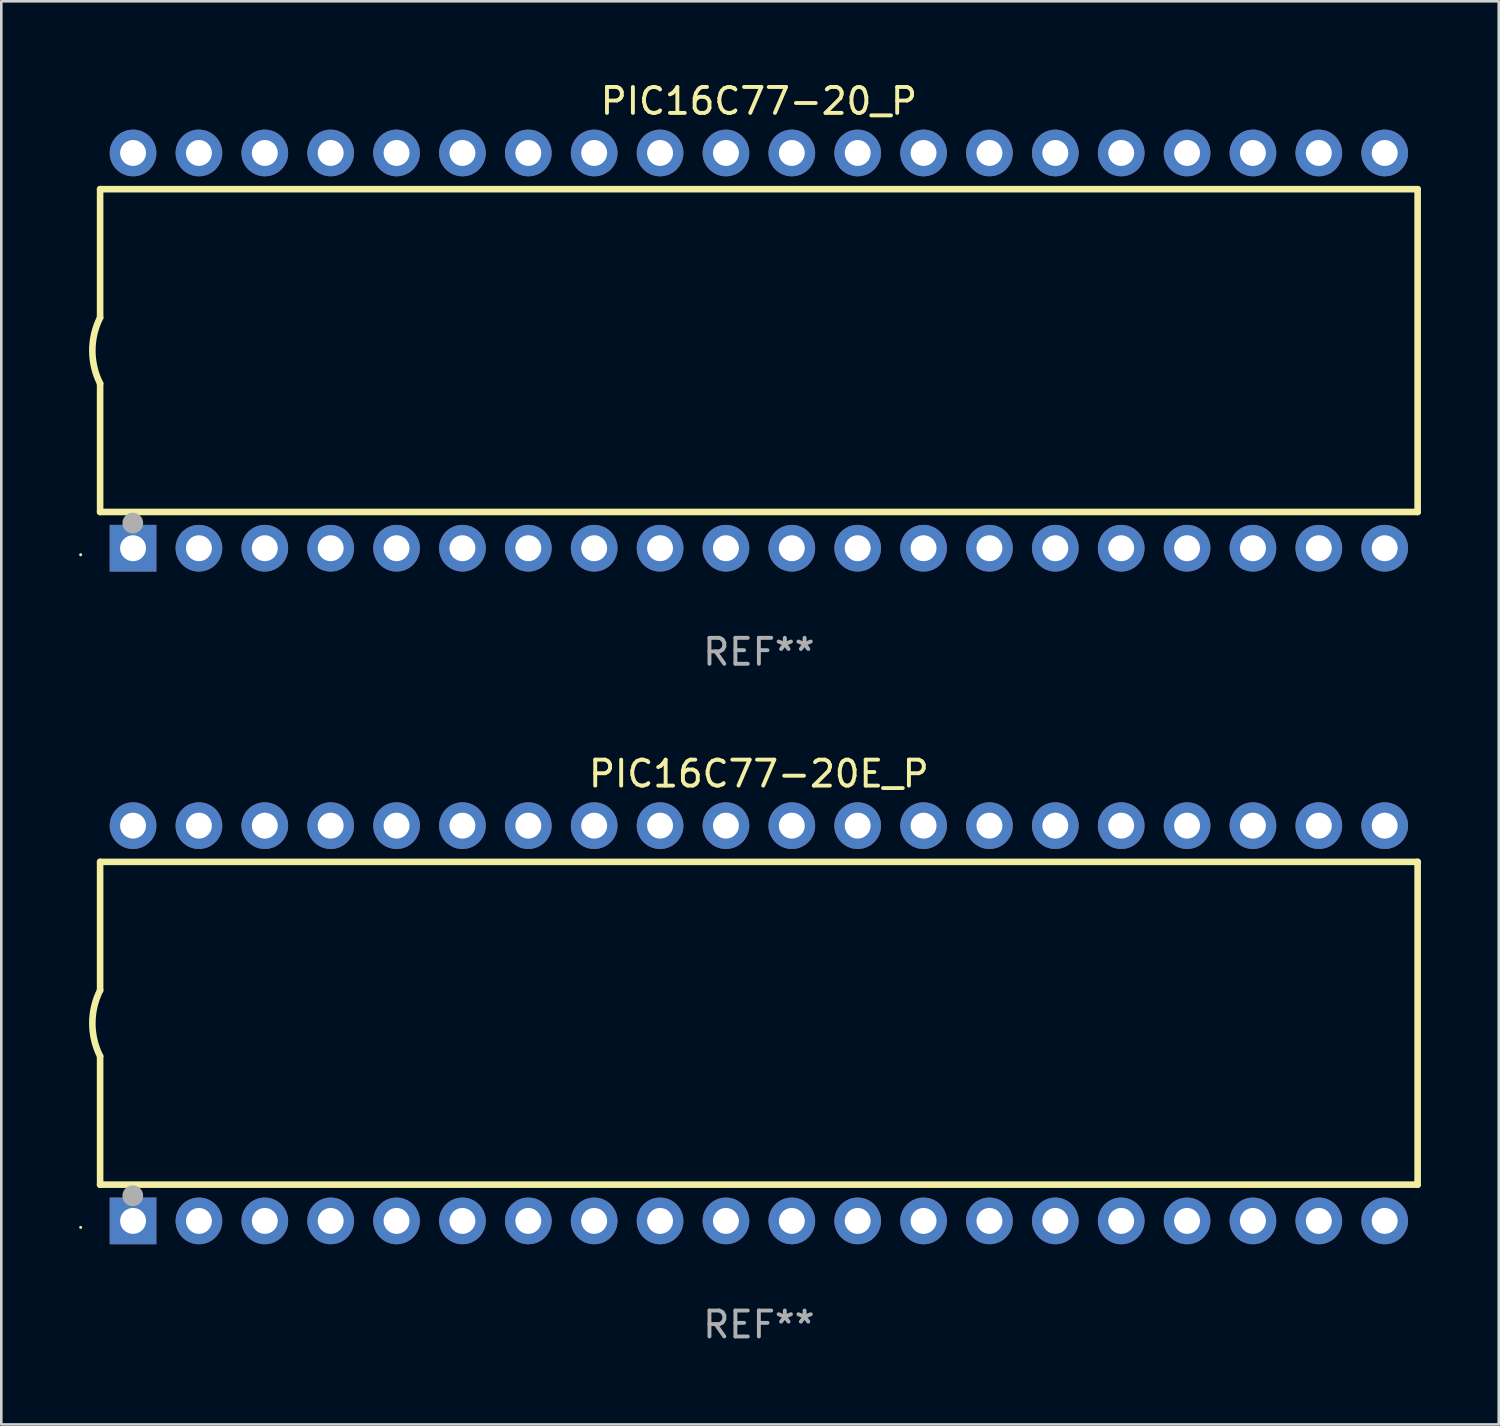
<source format=kicad_pcb>
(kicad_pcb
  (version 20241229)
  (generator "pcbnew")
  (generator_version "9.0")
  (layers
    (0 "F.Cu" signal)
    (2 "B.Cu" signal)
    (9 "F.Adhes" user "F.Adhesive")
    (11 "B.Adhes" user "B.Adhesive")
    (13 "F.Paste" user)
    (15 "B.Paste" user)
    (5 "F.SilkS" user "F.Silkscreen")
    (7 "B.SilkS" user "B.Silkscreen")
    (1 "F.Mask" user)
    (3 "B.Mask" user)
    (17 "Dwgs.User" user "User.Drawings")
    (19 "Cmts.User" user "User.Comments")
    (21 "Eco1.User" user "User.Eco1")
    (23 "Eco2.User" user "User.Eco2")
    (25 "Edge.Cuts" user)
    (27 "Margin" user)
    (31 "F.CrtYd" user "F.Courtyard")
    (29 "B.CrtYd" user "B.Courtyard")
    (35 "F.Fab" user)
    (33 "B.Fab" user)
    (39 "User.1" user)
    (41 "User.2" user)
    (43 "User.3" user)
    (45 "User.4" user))
  (footprint "PIC16C77-20_P"
    (layer "F.Cu")
    (at 26.21 10.468)
    (property "Reference" "PIC16C77-20_P" (at 0 -9.62 0) (layer "F.SilkS") (effects (font (size 1 1) (thickness 0.15))))
    (attr through_hole)
    (fp_line (start -25.4 -6.224) (end -25.4 -1.271) (stroke (width 0.254) (type solid)) (layer "F.SilkS"))
    (fp_line (start -25.4 -6.224) (end 25.4 -6.224) (stroke (width 0.254) (type solid)) (layer "F.SilkS"))
    (fp_line (start -25.4 1.269) (end -25.4 6.222) (stroke (width 0.254) (type solid)) (layer "F.SilkS"))
    (fp_line (start -25.4 6.222) (end 25.4 6.222) (stroke (width 0.254) (type solid)) (layer "F.SilkS"))
    (fp_line (start 25.4 6.222) (end 25.4 -6.224) (stroke (width 0.254) (type solid)) (layer "F.SilkS"))
    (fp_arc (start -25.4 1.269241) (mid -25.699807 -0.000762) (end -25.4 -1.270765) (stroke (width 0.254001) (type solid)) (layer "F.SilkS"))
    (fp_circle (center -26.15 7.87) (end -26.12 7.87) (stroke (width 0.06) (type solid)) (fill no) (layer "F.SilkS"))
    (fp_circle (center -24.14 6.65) (end -23.94 6.65) (stroke (width 0.4) (type solid)) (fill no) (layer "F.Fab"))
    (fp_text user "REF**" (at 0 11.62 0) (layer "F.Fab") (effects (font (size 1 1) (thickness 0.15))))
    (pad "1" thru_hole rect (at -24.13 7.62 90) (size 1.8 1.8) (drill 1) (layers "*.Cu" "*.Mask"))
    (pad "2" thru_hole circle (at -21.59 7.62) (size 1.8 1.8) (drill 1) (layers "*.Cu" "*.Mask"))
    (pad "3" thru_hole circle (at -19.05 7.62) (size 1.8 1.8) (drill 1) (layers "*.Cu" "*.Mask"))
    (pad "4" thru_hole circle (at -16.51 7.62) (size 1.8 1.8) (drill 1) (layers "*.Cu" "*.Mask"))
    (pad "5" thru_hole circle (at -13.97 7.62) (size 1.8 1.8) (drill 1) (layers "*.Cu" "*.Mask"))
    (pad "6" thru_hole circle (at -11.43 7.62) (size 1.8 1.8) (drill 1) (layers "*.Cu" "*.Mask"))
    (pad "7" thru_hole circle (at -8.89 7.62) (size 1.8 1.8) (drill 1) (layers "*.Cu" "*.Mask"))
    (pad "8" thru_hole circle (at -6.35 7.62) (size 1.8 1.8) (drill 1) (layers "*.Cu" "*.Mask"))
    (pad "9" thru_hole circle (at -3.81 7.62) (size 1.8 1.8) (drill 1) (layers "*.Cu" "*.Mask"))
    (pad "10" thru_hole circle (at -1.27 7.62) (size 1.8 1.8) (drill 1) (layers "*.Cu" "*.Mask"))
    (pad "11" thru_hole circle (at 1.27 7.62) (size 1.8 1.8) (drill 1) (layers "*.Cu" "*.Mask"))
    (pad "12" thru_hole circle (at 3.81 7.62) (size 1.8 1.8) (drill 1) (layers "*.Cu" "*.Mask"))
    (pad "13" thru_hole circle (at 6.35 7.62) (size 1.8 1.8) (drill 1) (layers "*.Cu" "*.Mask"))
    (pad "14" thru_hole circle (at 8.89 7.62) (size 1.8 1.8) (drill 1) (layers "*.Cu" "*.Mask"))
    (pad "15" thru_hole circle (at 11.43 7.62) (size 1.8 1.8) (drill 1) (layers "*.Cu" "*.Mask"))
    (pad "16" thru_hole circle (at 13.97 7.62) (size 1.8 1.8) (drill 1) (layers "*.Cu" "*.Mask"))
    (pad "17" thru_hole circle (at 16.51 7.62) (size 1.8 1.8) (drill 1) (layers "*.Cu" "*.Mask"))
    (pad "18" thru_hole circle (at 19.05 7.62) (size 1.8 1.8) (drill 1) (layers "*.Cu" "*.Mask"))
    (pad "19" thru_hole circle (at 21.59 7.62) (size 1.8 1.8) (drill 1) (layers "*.Cu" "*.Mask"))
    (pad "20" thru_hole circle (at 24.13 7.62) (size 1.8 1.8) (drill 1) (layers "*.Cu" "*.Mask"))
    (pad "21" thru_hole circle (at 24.13 -7.62) (size 1.8 1.8) (drill 1) (layers "*.Cu" "*.Mask"))
    (pad "22" thru_hole circle (at 21.59 -7.62) (size 1.8 1.8) (drill 1) (layers "*.Cu" "*.Mask"))
    (pad "23" thru_hole circle (at 19.05 -7.62) (size 1.8 1.8) (drill 1) (layers "*.Cu" "*.Mask"))
    (pad "24" thru_hole circle (at 16.51 -7.62) (size 1.8 1.8) (drill 1) (layers "*.Cu" "*.Mask"))
    (pad "25" thru_hole circle (at 13.97 -7.62) (size 1.8 1.8) (drill 1) (layers "*.Cu" "*.Mask"))
    (pad "26" thru_hole circle (at 11.43 -7.62) (size 1.8 1.8) (drill 1) (layers "*.Cu" "*.Mask"))
    (pad "27" thru_hole circle (at 8.89 -7.62) (size 1.8 1.8) (drill 1) (layers "*.Cu" "*.Mask"))
    (pad "28" thru_hole circle (at 6.35 -7.62) (size 1.8 1.8) (drill 1) (layers "*.Cu" "*.Mask"))
    (pad "29" thru_hole circle (at 3.81 -7.62) (size 1.8 1.8) (drill 1) (layers "*.Cu" "*.Mask"))
    (pad "30" thru_hole circle (at 1.27 -7.62) (size 1.8 1.8) (drill 1) (layers "*.Cu" "*.Mask"))
    (pad "31" thru_hole circle (at -1.27 -7.62) (size 1.8 1.8) (drill 1) (layers "*.Cu" "*.Mask"))
    (pad "32" thru_hole circle (at -3.81 -7.62) (size 1.8 1.8) (drill 1) (layers "*.Cu" "*.Mask"))
    (pad "33" thru_hole circle (at -6.35 -7.62) (size 1.8 1.8) (drill 1) (layers "*.Cu" "*.Mask"))
    (pad "34" thru_hole circle (at -8.89 -7.62) (size 1.8 1.8) (drill 1) (layers "*.Cu" "*.Mask"))
    (pad "35" thru_hole circle (at -11.43 -7.62) (size 1.8 1.8) (drill 1) (layers "*.Cu" "*.Mask"))
    (pad "36" thru_hole circle (at -13.97 -7.62) (size 1.8 1.8) (drill 1) (layers "*.Cu" "*.Mask"))
    (pad "37" thru_hole circle (at -16.51 -7.62) (size 1.8 1.8) (drill 1) (layers "*.Cu" "*.Mask"))
    (pad "38" thru_hole circle (at -19.05 -7.62) (size 1.8 1.8) (drill 1) (layers "*.Cu" "*.Mask"))
    (pad "39" thru_hole circle (at -21.59 -7.62) (size 1.8 1.8) (drill 1) (layers "*.Cu" "*.Mask"))
    (pad "40" thru_hole circle (at -24.13 -7.62) (size 1.8 1.8) (drill 1) (layers "*.Cu" "*.Mask")))
  (footprint "PIC16C77-20E_P"
    (layer "F.Cu")
    (at 26.21 36.405)
    (property "Reference" "PIC16C77-20E_P" (at 0 -9.62 0) (layer "F.SilkS") (effects (font (size 1 1) (thickness 0.15))))
    (attr through_hole)
    (fp_line (start -25.4 -6.224) (end -25.4 -1.271) (stroke (width 0.254) (type solid)) (layer "F.SilkS"))
    (fp_line (start -25.4 -6.224) (end 25.4 -6.224) (stroke (width 0.254) (type solid)) (layer "F.SilkS"))
    (fp_line (start -25.4 1.269) (end -25.4 6.222) (stroke (width 0.254) (type solid)) (layer "F.SilkS"))
    (fp_line (start -25.4 6.222) (end 25.4 6.222) (stroke (width 0.254) (type solid)) (layer "F.SilkS"))
    (fp_line (start 25.4 6.222) (end 25.4 -6.224) (stroke (width 0.254) (type solid)) (layer "F.SilkS"))
    (fp_arc (start -25.4 1.269241) (mid -25.699807 -0.000762) (end -25.4 -1.270765) (stroke (width 0.254001) (type solid)) (layer "F.SilkS"))
    (fp_circle (center -26.15 7.87) (end -26.12 7.87) (stroke (width 0.06) (type solid)) (fill no) (layer "F.SilkS"))
    (fp_circle (center -24.14 6.65) (end -23.94 6.65) (stroke (width 0.4) (type solid)) (fill no) (layer "F.Fab"))
    (fp_text user "REF**" (at 0 11.62 0) (layer "F.Fab") (effects (font (size 1 1) (thickness 0.15))))
    (pad "1" thru_hole rect (at -24.13 7.62 90) (size 1.8 1.8) (drill 1) (layers "*.Cu" "*.Mask"))
    (pad "2" thru_hole circle (at -21.59 7.62) (size 1.8 1.8) (drill 1) (layers "*.Cu" "*.Mask"))
    (pad "3" thru_hole circle (at -19.05 7.62) (size 1.8 1.8) (drill 1) (layers "*.Cu" "*.Mask"))
    (pad "4" thru_hole circle (at -16.51 7.62) (size 1.8 1.8) (drill 1) (layers "*.Cu" "*.Mask"))
    (pad "5" thru_hole circle (at -13.97 7.62) (size 1.8 1.8) (drill 1) (layers "*.Cu" "*.Mask"))
    (pad "6" thru_hole circle (at -11.43 7.62) (size 1.8 1.8) (drill 1) (layers "*.Cu" "*.Mask"))
    (pad "7" thru_hole circle (at -8.89 7.62) (size 1.8 1.8) (drill 1) (layers "*.Cu" "*.Mask"))
    (pad "8" thru_hole circle (at -6.35 7.62) (size 1.8 1.8) (drill 1) (layers "*.Cu" "*.Mask"))
    (pad "9" thru_hole circle (at -3.81 7.62) (size 1.8 1.8) (drill 1) (layers "*.Cu" "*.Mask"))
    (pad "10" thru_hole circle (at -1.27 7.62) (size 1.8 1.8) (drill 1) (layers "*.Cu" "*.Mask"))
    (pad "11" thru_hole circle (at 1.27 7.62) (size 1.8 1.8) (drill 1) (layers "*.Cu" "*.Mask"))
    (pad "12" thru_hole circle (at 3.81 7.62) (size 1.8 1.8) (drill 1) (layers "*.Cu" "*.Mask"))
    (pad "13" thru_hole circle (at 6.35 7.62) (size 1.8 1.8) (drill 1) (layers "*.Cu" "*.Mask"))
    (pad "14" thru_hole circle (at 8.89 7.62) (size 1.8 1.8) (drill 1) (layers "*.Cu" "*.Mask"))
    (pad "15" thru_hole circle (at 11.43 7.62) (size 1.8 1.8) (drill 1) (layers "*.Cu" "*.Mask"))
    (pad "16" thru_hole circle (at 13.97 7.62) (size 1.8 1.8) (drill 1) (layers "*.Cu" "*.Mask"))
    (pad "17" thru_hole circle (at 16.51 7.62) (size 1.8 1.8) (drill 1) (layers "*.Cu" "*.Mask"))
    (pad "18" thru_hole circle (at 19.05 7.62) (size 1.8 1.8) (drill 1) (layers "*.Cu" "*.Mask"))
    (pad "19" thru_hole circle (at 21.59 7.62) (size 1.8 1.8) (drill 1) (layers "*.Cu" "*.Mask"))
    (pad "20" thru_hole circle (at 24.13 7.62) (size 1.8 1.8) (drill 1) (layers "*.Cu" "*.Mask"))
    (pad "21" thru_hole circle (at 24.13 -7.62) (size 1.8 1.8) (drill 1) (layers "*.Cu" "*.Mask"))
    (pad "22" thru_hole circle (at 21.59 -7.62) (size 1.8 1.8) (drill 1) (layers "*.Cu" "*.Mask"))
    (pad "23" thru_hole circle (at 19.05 -7.62) (size 1.8 1.8) (drill 1) (layers "*.Cu" "*.Mask"))
    (pad "24" thru_hole circle (at 16.51 -7.62) (size 1.8 1.8) (drill 1) (layers "*.Cu" "*.Mask"))
    (pad "25" thru_hole circle (at 13.97 -7.62) (size 1.8 1.8) (drill 1) (layers "*.Cu" "*.Mask"))
    (pad "26" thru_hole circle (at 11.43 -7.62) (size 1.8 1.8) (drill 1) (layers "*.Cu" "*.Mask"))
    (pad "27" thru_hole circle (at 8.89 -7.62) (size 1.8 1.8) (drill 1) (layers "*.Cu" "*.Mask"))
    (pad "28" thru_hole circle (at 6.35 -7.62) (size 1.8 1.8) (drill 1) (layers "*.Cu" "*.Mask"))
    (pad "29" thru_hole circle (at 3.81 -7.62) (size 1.8 1.8) (drill 1) (layers "*.Cu" "*.Mask"))
    (pad "30" thru_hole circle (at 1.27 -7.62) (size 1.8 1.8) (drill 1) (layers "*.Cu" "*.Mask"))
    (pad "31" thru_hole circle (at -1.27 -7.62) (size 1.8 1.8) (drill 1) (layers "*.Cu" "*.Mask"))
    (pad "32" thru_hole circle (at -3.81 -7.62) (size 1.8 1.8) (drill 1) (layers "*.Cu" "*.Mask"))
    (pad "33" thru_hole circle (at -6.35 -7.62) (size 1.8 1.8) (drill 1) (layers "*.Cu" "*.Mask"))
    (pad "34" thru_hole circle (at -8.89 -7.62) (size 1.8 1.8) (drill 1) (layers "*.Cu" "*.Mask"))
    (pad "35" thru_hole circle (at -11.43 -7.62) (size 1.8 1.8) (drill 1) (layers "*.Cu" "*.Mask"))
    (pad "36" thru_hole circle (at -13.97 -7.62) (size 1.8 1.8) (drill 1) (layers "*.Cu" "*.Mask"))
    (pad "37" thru_hole circle (at -16.51 -7.62) (size 1.8 1.8) (drill 1) (layers "*.Cu" "*.Mask"))
    (pad "38" thru_hole circle (at -19.05 -7.62) (size 1.8 1.8) (drill 1) (layers "*.Cu" "*.Mask"))
    (pad "39" thru_hole circle (at -21.59 -7.62) (size 1.8 1.8) (drill 1) (layers "*.Cu" "*.Mask"))
    (pad "40" thru_hole circle (at -24.13 -7.62) (size 1.8 1.8) (drill 1) (layers "*.Cu" "*.Mask")))
  (gr_rect
    (start -3 -3)
    (end 54.737 51.873)
    (stroke (width 0.1) (type default))
    (fill no)
    (layer "Edge.Cuts")))
</source>
